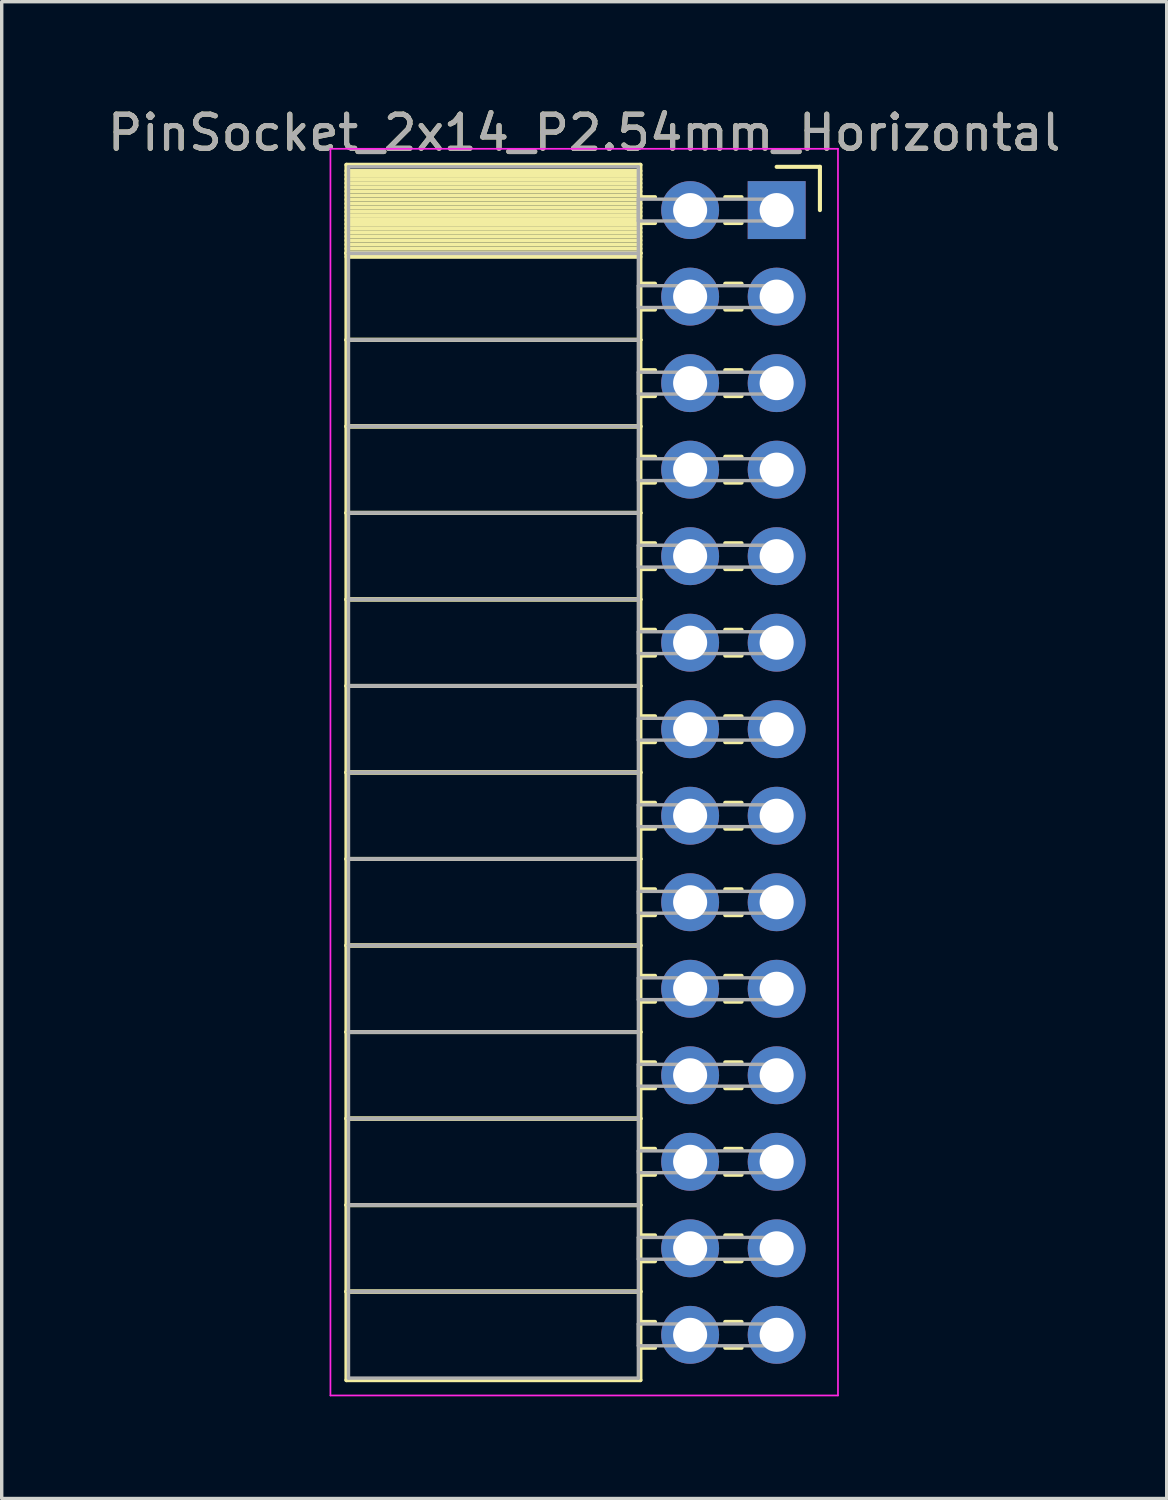
<source format=kicad_pcb>
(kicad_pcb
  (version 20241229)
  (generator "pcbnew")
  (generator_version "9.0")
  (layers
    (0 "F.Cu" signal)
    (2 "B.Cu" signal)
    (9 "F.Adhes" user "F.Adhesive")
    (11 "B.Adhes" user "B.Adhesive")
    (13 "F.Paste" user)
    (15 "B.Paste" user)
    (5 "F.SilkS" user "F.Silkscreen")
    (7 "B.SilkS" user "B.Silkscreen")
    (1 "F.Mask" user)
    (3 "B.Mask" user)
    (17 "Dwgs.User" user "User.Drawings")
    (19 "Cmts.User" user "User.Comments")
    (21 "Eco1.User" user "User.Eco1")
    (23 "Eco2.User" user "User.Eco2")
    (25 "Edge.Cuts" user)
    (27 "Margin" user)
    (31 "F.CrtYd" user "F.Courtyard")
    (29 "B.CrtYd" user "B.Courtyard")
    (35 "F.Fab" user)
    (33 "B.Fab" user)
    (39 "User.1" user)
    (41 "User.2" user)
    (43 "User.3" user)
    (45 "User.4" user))
  (footprint "PinSocket_2x14_P2.54mm_Horizontal"
    (layer "F.Cu")
    (at 19.751 3.118)
    (property "Reference" "PinSocket_2x14_P2.54mm_Horizontal" (at -5.65 -2.27 0) (layer "F.SilkS") (effects (font (size 1 1) (thickness 0.15))))
    (attr through_hole)
    (fp_line (start -12.63 -1.33) (end -4 -1.33) (stroke (width 0.12) (type solid)) (layer "F.SilkS"))
    (fp_line (start -12.63 1.27) (end -12.63 -1.33) (stroke (width 0.12) (type solid)) (layer "F.SilkS"))
    (fp_line (start -12.63 1.27) (end -4 1.27) (stroke (width 0.12) (type solid)) (layer "F.SilkS"))
    (fp_line (start -12.63 3.81) (end -12.63 1.27) (stroke (width 0.12) (type solid)) (layer "F.SilkS"))
    (fp_line (start -12.63 3.81) (end -4 3.81) (stroke (width 0.12) (type solid)) (layer "F.SilkS"))
    (fp_line (start -12.63 6.35) (end -12.63 3.81) (stroke (width 0.12) (type solid)) (layer "F.SilkS"))
    (fp_line (start -12.63 6.35) (end -4 6.35) (stroke (width 0.12) (type solid)) (layer "F.SilkS"))
    (fp_line (start -12.63 8.89) (end -12.63 6.35) (stroke (width 0.12) (type solid)) (layer "F.SilkS"))
    (fp_line (start -12.63 8.89) (end -4 8.89) (stroke (width 0.12) (type solid)) (layer "F.SilkS"))
    (fp_line (start -12.63 11.43) (end -12.63 8.89) (stroke (width 0.12) (type solid)) (layer "F.SilkS"))
    (fp_line (start -12.63 11.43) (end -4 11.43) (stroke (width 0.12) (type solid)) (layer "F.SilkS"))
    (fp_line (start -12.63 13.97) (end -12.63 11.43) (stroke (width 0.12) (type solid)) (layer "F.SilkS"))
    (fp_line (start -12.63 13.97) (end -4 13.97) (stroke (width 0.12) (type solid)) (layer "F.SilkS"))
    (fp_line (start -12.63 16.51) (end -12.63 13.97) (stroke (width 0.12) (type solid)) (layer "F.SilkS"))
    (fp_line (start -12.63 16.51) (end -4 16.51) (stroke (width 0.12) (type solid)) (layer "F.SilkS"))
    (fp_line (start -12.63 19.05) (end -12.63 16.51) (stroke (width 0.12) (type solid)) (layer "F.SilkS"))
    (fp_line (start -12.63 19.05) (end -4 19.05) (stroke (width 0.12) (type solid)) (layer "F.SilkS"))
    (fp_line (start -12.63 21.59) (end -12.63 19.05) (stroke (width 0.12) (type solid)) (layer "F.SilkS"))
    (fp_line (start -12.63 21.59) (end -4 21.59) (stroke (width 0.12) (type solid)) (layer "F.SilkS"))
    (fp_line (start -12.63 24.13) (end -12.63 21.59) (stroke (width 0.12) (type solid)) (layer "F.SilkS"))
    (fp_line (start -12.63 24.13) (end -4 24.13) (stroke (width 0.12) (type solid)) (layer "F.SilkS"))
    (fp_line (start -12.63 26.67) (end -12.63 24.13) (stroke (width 0.12) (type solid)) (layer "F.SilkS"))
    (fp_line (start -12.63 26.67) (end -4 26.67) (stroke (width 0.12) (type solid)) (layer "F.SilkS"))
    (fp_line (start -12.63 29.21) (end -12.63 26.67) (stroke (width 0.12) (type solid)) (layer "F.SilkS"))
    (fp_line (start -12.63 29.21) (end -4 29.21) (stroke (width 0.12) (type solid)) (layer "F.SilkS"))
    (fp_line (start -12.63 31.75) (end -12.63 29.21) (stroke (width 0.12) (type solid)) (layer "F.SilkS"))
    (fp_line (start -12.63 31.75) (end -4 31.75) (stroke (width 0.12) (type solid)) (layer "F.SilkS"))
    (fp_line (start -12.63 34.35) (end -12.63 31.75) (stroke (width 0.12) (type solid)) (layer "F.SilkS"))
    (fp_line (start -4 -1.33) (end -4 1.27) (stroke (width 0.12) (type solid)) (layer "F.SilkS"))
    (fp_line (start -4 -1.15) (end -12.63 -1.15) (stroke (width 0.12) (type solid)) (layer "F.SilkS"))
    (fp_line (start -4 -1.03) (end -12.63 -1.03) (stroke (width 0.12) (type solid)) (layer "F.SilkS"))
    (fp_line (start -4 -0.91) (end -12.63 -0.91) (stroke (width 0.12) (type solid)) (layer "F.SilkS"))
    (fp_line (start -4 -0.79) (end -12.63 -0.79) (stroke (width 0.12) (type solid)) (layer "F.SilkS"))
    (fp_line (start -4 -0.67) (end -12.63 -0.67) (stroke (width 0.12) (type solid)) (layer "F.SilkS"))
    (fp_line (start -4 -0.55) (end -12.63 -0.55) (stroke (width 0.12) (type solid)) (layer "F.SilkS"))
    (fp_line (start -4 -0.43) (end -12.63 -0.43) (stroke (width 0.12) (type solid)) (layer "F.SilkS"))
    (fp_line (start -4 -0.31) (end -12.63 -0.31) (stroke (width 0.12) (type solid)) (layer "F.SilkS"))
    (fp_line (start -4 -0.19) (end -12.63 -0.19) (stroke (width 0.12) (type solid)) (layer "F.SilkS"))
    (fp_line (start -4 -0.07) (end -12.63 -0.07) (stroke (width 0.12) (type solid)) (layer "F.SilkS"))
    (fp_line (start -4 0.05) (end -12.63 0.05) (stroke (width 0.12) (type solid)) (layer "F.SilkS"))
    (fp_line (start -4 0.17) (end -12.63 0.17) (stroke (width 0.12) (type solid)) (layer "F.SilkS"))
    (fp_line (start -4 0.29) (end -12.63 0.29) (stroke (width 0.12) (type solid)) (layer "F.SilkS"))
    (fp_line (start -4 0.41) (end -12.63 0.41) (stroke (width 0.12) (type solid)) (layer "F.SilkS"))
    (fp_line (start -4 0.53) (end -12.63 0.53) (stroke (width 0.12) (type solid)) (layer "F.SilkS"))
    (fp_line (start -4 0.65) (end -12.63 0.65) (stroke (width 0.12) (type solid)) (layer "F.SilkS"))
    (fp_line (start -4 0.77) (end -12.63 0.77) (stroke (width 0.12) (type solid)) (layer "F.SilkS"))
    (fp_line (start -4 0.89) (end -12.63 0.89) (stroke (width 0.12) (type solid)) (layer "F.SilkS"))
    (fp_line (start -4 1.01) (end -12.63 1.01) (stroke (width 0.12) (type solid)) (layer "F.SilkS"))
    (fp_line (start -4 1.13) (end -12.63 1.13) (stroke (width 0.12) (type solid)) (layer "F.SilkS"))
    (fp_line (start -4 1.25) (end -12.63 1.25) (stroke (width 0.12) (type solid)) (layer "F.SilkS"))
    (fp_line (start -4 1.27) (end -12.63 1.27) (stroke (width 0.12) (type solid)) (layer "F.SilkS"))
    (fp_line (start -4 1.27) (end -4 3.81) (stroke (width 0.12) (type solid)) (layer "F.SilkS"))
    (fp_line (start -4 1.37) (end -12.63 1.37) (stroke (width 0.12) (type solid)) (layer "F.SilkS"))
    (fp_line (start -4 3.81) (end -12.63 3.81) (stroke (width 0.12) (type solid)) (layer "F.SilkS"))
    (fp_line (start -4 3.81) (end -4 6.35) (stroke (width 0.12) (type solid)) (layer "F.SilkS"))
    (fp_line (start -4 6.35) (end -12.63 6.35) (stroke (width 0.12) (type solid)) (layer "F.SilkS"))
    (fp_line (start -4 6.35) (end -4 8.89) (stroke (width 0.12) (type solid)) (layer "F.SilkS"))
    (fp_line (start -4 8.89) (end -12.63 8.89) (stroke (width 0.12) (type solid)) (layer "F.SilkS"))
    (fp_line (start -4 8.89) (end -4 11.43) (stroke (width 0.12) (type solid)) (layer "F.SilkS"))
    (fp_line (start -4 11.43) (end -12.63 11.43) (stroke (width 0.12) (type solid)) (layer "F.SilkS"))
    (fp_line (start -4 11.43) (end -4 13.97) (stroke (width 0.12) (type solid)) (layer "F.SilkS"))
    (fp_line (start -4 13.97) (end -12.63 13.97) (stroke (width 0.12) (type solid)) (layer "F.SilkS"))
    (fp_line (start -4 13.97) (end -4 16.51) (stroke (width 0.12) (type solid)) (layer "F.SilkS"))
    (fp_line (start -4 16.51) (end -12.63 16.51) (stroke (width 0.12) (type solid)) (layer "F.SilkS"))
    (fp_line (start -4 16.51) (end -4 19.05) (stroke (width 0.12) (type solid)) (layer "F.SilkS"))
    (fp_line (start -4 19.05) (end -12.63 19.05) (stroke (width 0.12) (type solid)) (layer "F.SilkS"))
    (fp_line (start -4 19.05) (end -4 21.59) (stroke (width 0.12) (type solid)) (layer "F.SilkS"))
    (fp_line (start -4 21.59) (end -12.63 21.59) (stroke (width 0.12) (type solid)) (layer "F.SilkS"))
    (fp_line (start -4 21.59) (end -4 24.13) (stroke (width 0.12) (type solid)) (layer "F.SilkS"))
    (fp_line (start -4 24.13) (end -12.63 24.13) (stroke (width 0.12) (type solid)) (layer "F.SilkS"))
    (fp_line (start -4 24.13) (end -4 26.67) (stroke (width 0.12) (type solid)) (layer "F.SilkS"))
    (fp_line (start -4 26.67) (end -12.63 26.67) (stroke (width 0.12) (type solid)) (layer "F.SilkS"))
    (fp_line (start -4 26.67) (end -4 29.21) (stroke (width 0.12) (type solid)) (layer "F.SilkS"))
    (fp_line (start -4 29.21) (end -12.63 29.21) (stroke (width 0.12) (type solid)) (layer "F.SilkS"))
    (fp_line (start -4 29.21) (end -4 31.75) (stroke (width 0.12) (type solid)) (layer "F.SilkS"))
    (fp_line (start -4 31.75) (end -12.63 31.75) (stroke (width 0.12) (type solid)) (layer "F.SilkS"))
    (fp_line (start -4 31.75) (end -4 34.35) (stroke (width 0.12) (type solid)) (layer "F.SilkS"))
    (fp_line (start -4 34.35) (end -12.63 34.35) (stroke (width 0.12) (type solid)) (layer "F.SilkS"))
    (fp_line (start -3.57 -0.38) (end -4 -0.38) (stroke (width 0.12) (type solid)) (layer "F.SilkS"))
    (fp_line (start -3.57 0.38) (end -4 0.38) (stroke (width 0.12) (type solid)) (layer "F.SilkS"))
    (fp_line (start -3.57 2.16) (end -4 2.16) (stroke (width 0.12) (type solid)) (layer "F.SilkS"))
    (fp_line (start -3.57 2.92) (end -4 2.92) (stroke (width 0.12) (type solid)) (layer "F.SilkS"))
    (fp_line (start -3.57 4.7) (end -4 4.7) (stroke (width 0.12) (type solid)) (layer "F.SilkS"))
    (fp_line (start -3.57 5.46) (end -4 5.46) (stroke (width 0.12) (type solid)) (layer "F.SilkS"))
    (fp_line (start -3.57 7.24) (end -4 7.24) (stroke (width 0.12) (type solid)) (layer "F.SilkS"))
    (fp_line (start -3.57 8) (end -4 8) (stroke (width 0.12) (type solid)) (layer "F.SilkS"))
    (fp_line (start -3.57 9.78) (end -4 9.78) (stroke (width 0.12) (type solid)) (layer "F.SilkS"))
    (fp_line (start -3.57 10.54) (end -4 10.54) (stroke (width 0.12) (type solid)) (layer "F.SilkS"))
    (fp_line (start -3.57 12.32) (end -4 12.32) (stroke (width 0.12) (type solid)) (layer "F.SilkS"))
    (fp_line (start -3.57 13.08) (end -4 13.08) (stroke (width 0.12) (type solid)) (layer "F.SilkS"))
    (fp_line (start -3.57 14.86) (end -4 14.86) (stroke (width 0.12) (type solid)) (layer "F.SilkS"))
    (fp_line (start -3.57 15.62) (end -4 15.62) (stroke (width 0.12) (type solid)) (layer "F.SilkS"))
    (fp_line (start -3.57 17.4) (end -4 17.4) (stroke (width 0.12) (type solid)) (layer "F.SilkS"))
    (fp_line (start -3.57 18.16) (end -4 18.16) (stroke (width 0.12) (type solid)) (layer "F.SilkS"))
    (fp_line (start -3.57 19.94) (end -4 19.94) (stroke (width 0.12) (type solid)) (layer "F.SilkS"))
    (fp_line (start -3.57 20.7) (end -4 20.7) (stroke (width 0.12) (type solid)) (layer "F.SilkS"))
    (fp_line (start -3.57 22.48) (end -4 22.48) (stroke (width 0.12) (type solid)) (layer "F.SilkS"))
    (fp_line (start -3.57 23.24) (end -4 23.24) (stroke (width 0.12) (type solid)) (layer "F.SilkS"))
    (fp_line (start -3.57 25.02) (end -4 25.02) (stroke (width 0.12) (type solid)) (layer "F.SilkS"))
    (fp_line (start -3.57 25.78) (end -4 25.78) (stroke (width 0.12) (type solid)) (layer "F.SilkS"))
    (fp_line (start -3.57 27.56) (end -4 27.56) (stroke (width 0.12) (type solid)) (layer "F.SilkS"))
    (fp_line (start -3.57 28.32) (end -4 28.32) (stroke (width 0.12) (type solid)) (layer "F.SilkS"))
    (fp_line (start -3.57 30.1) (end -4 30.1) (stroke (width 0.12) (type solid)) (layer "F.SilkS"))
    (fp_line (start -3.57 30.86) (end -4 30.86) (stroke (width 0.12) (type solid)) (layer "F.SilkS"))
    (fp_line (start -3.57 32.64) (end -4 32.64) (stroke (width 0.12) (type solid)) (layer "F.SilkS"))
    (fp_line (start -3.57 33.4) (end -4 33.4) (stroke (width 0.12) (type solid)) (layer "F.SilkS"))
    (fp_line (start -1.03 -0.38) (end -1.51 -0.38) (stroke (width 0.12) (type solid)) (layer "F.SilkS"))
    (fp_line (start -1.03 0.38) (end -1.51 0.38) (stroke (width 0.12) (type solid)) (layer "F.SilkS"))
    (fp_line (start -1.03 2.16) (end -1.51 2.16) (stroke (width 0.12) (type solid)) (layer "F.SilkS"))
    (fp_line (start -1.03 2.92) (end -1.51 2.92) (stroke (width 0.12) (type solid)) (layer "F.SilkS"))
    (fp_line (start -1.03 4.7) (end -1.51 4.7) (stroke (width 0.12) (type solid)) (layer "F.SilkS"))
    (fp_line (start -1.03 5.46) (end -1.51 5.46) (stroke (width 0.12) (type solid)) (layer "F.SilkS"))
    (fp_line (start -1.03 7.24) (end -1.51 7.24) (stroke (width 0.12) (type solid)) (layer "F.SilkS"))
    (fp_line (start -1.03 8) (end -1.51 8) (stroke (width 0.12) (type solid)) (layer "F.SilkS"))
    (fp_line (start -1.03 9.78) (end -1.51 9.78) (stroke (width 0.12) (type solid)) (layer "F.SilkS"))
    (fp_line (start -1.03 10.54) (end -1.51 10.54) (stroke (width 0.12) (type solid)) (layer "F.SilkS"))
    (fp_line (start -1.03 12.32) (end -1.51 12.32) (stroke (width 0.12) (type solid)) (layer "F.SilkS"))
    (fp_line (start -1.03 13.08) (end -1.51 13.08) (stroke (width 0.12) (type solid)) (layer "F.SilkS"))
    (fp_line (start -1.03 14.86) (end -1.51 14.86) (stroke (width 0.12) (type solid)) (layer "F.SilkS"))
    (fp_line (start -1.03 15.62) (end -1.51 15.62) (stroke (width 0.12) (type solid)) (layer "F.SilkS"))
    (fp_line (start -1.03 17.4) (end -1.51 17.4) (stroke (width 0.12) (type solid)) (layer "F.SilkS"))
    (fp_line (start -1.03 18.16) (end -1.51 18.16) (stroke (width 0.12) (type solid)) (layer "F.SilkS"))
    (fp_line (start -1.03 19.94) (end -1.51 19.94) (stroke (width 0.12) (type solid)) (layer "F.SilkS"))
    (fp_line (start -1.03 20.7) (end -1.51 20.7) (stroke (width 0.12) (type solid)) (layer "F.SilkS"))
    (fp_line (start -1.03 22.48) (end -1.51 22.48) (stroke (width 0.12) (type solid)) (layer "F.SilkS"))
    (fp_line (start -1.03 23.24) (end -1.51 23.24) (stroke (width 0.12) (type solid)) (layer "F.SilkS"))
    (fp_line (start -1.03 25.02) (end -1.51 25.02) (stroke (width 0.12) (type solid)) (layer "F.SilkS"))
    (fp_line (start -1.03 25.78) (end -1.51 25.78) (stroke (width 0.12) (type solid)) (layer "F.SilkS"))
    (fp_line (start -1.03 27.56) (end -1.51 27.56) (stroke (width 0.12) (type solid)) (layer "F.SilkS"))
    (fp_line (start -1.03 28.32) (end -1.51 28.32) (stroke (width 0.12) (type solid)) (layer "F.SilkS"))
    (fp_line (start -1.03 30.1) (end -1.51 30.1) (stroke (width 0.12) (type solid)) (layer "F.SilkS"))
    (fp_line (start -1.03 30.86) (end -1.51 30.86) (stroke (width 0.12) (type solid)) (layer "F.SilkS"))
    (fp_line (start -1.03 32.64) (end -1.51 32.64) (stroke (width 0.12) (type solid)) (layer "F.SilkS"))
    (fp_line (start -1.03 33.4) (end -1.51 33.4) (stroke (width 0.12) (type solid)) (layer "F.SilkS"))
    (fp_line (start 0 -1.27) (end 1.27 -1.27) (stroke (width 0.12) (type solid)) (layer "F.SilkS"))
    (fp_line (start 1.27 -1.27) (end 1.27 0) (stroke (width 0.12) (type solid)) (layer "F.SilkS"))
    (fp_line (start -13.1 -1.8) (end 1.8 -1.8) (stroke (width 0.05) (type solid)) (layer "F.CrtYd"))
    (fp_line (start -13.1 34.8) (end -13.1 -1.8) (stroke (width 0.05) (type solid)) (layer "F.CrtYd"))
    (fp_line (start 1.8 -1.8) (end 1.8 34.8) (stroke (width 0.05) (type solid)) (layer "F.CrtYd"))
    (fp_line (start 1.8 34.8) (end -13.1 34.8) (stroke (width 0.05) (type solid)) (layer "F.CrtYd"))
    (fp_line (start -12.57 -1.27) (end -4.06 -1.27) (stroke (width 0.1) (type solid)) (layer "F.Fab"))
    (fp_line (start -12.57 1.27) (end -12.57 -1.27) (stroke (width 0.1) (type solid)) (layer "F.Fab"))
    (fp_line (start -12.57 1.27) (end -4.06 1.27) (stroke (width 0.1) (type solid)) (layer "F.Fab"))
    (fp_line (start -12.57 3.81) (end -12.57 1.27) (stroke (width 0.1) (type solid)) (layer "F.Fab"))
    (fp_line (start -12.57 3.81) (end -4.06 3.81) (stroke (width 0.1) (type solid)) (layer "F.Fab"))
    (fp_line (start -12.57 6.35) (end -12.57 3.81) (stroke (width 0.1) (type solid)) (layer "F.Fab"))
    (fp_line (start -12.57 6.35) (end -4.06 6.35) (stroke (width 0.1) (type solid)) (layer "F.Fab"))
    (fp_line (start -12.57 8.89) (end -12.57 6.35) (stroke (width 0.1) (type solid)) (layer "F.Fab"))
    (fp_line (start -12.57 8.89) (end -4.06 8.89) (stroke (width 0.1) (type solid)) (layer "F.Fab"))
    (fp_line (start -12.57 11.43) (end -12.57 8.89) (stroke (width 0.1) (type solid)) (layer "F.Fab"))
    (fp_line (start -12.57 11.43) (end -4.06 11.43) (stroke (width 0.1) (type solid)) (layer "F.Fab"))
    (fp_line (start -12.57 13.97) (end -12.57 11.43) (stroke (width 0.1) (type solid)) (layer "F.Fab"))
    (fp_line (start -12.57 13.97) (end -4.06 13.97) (stroke (width 0.1) (type solid)) (layer "F.Fab"))
    (fp_line (start -12.57 16.51) (end -12.57 13.97) (stroke (width 0.1) (type solid)) (layer "F.Fab"))
    (fp_line (start -12.57 16.51) (end -4.06 16.51) (stroke (width 0.1) (type solid)) (layer "F.Fab"))
    (fp_line (start -12.57 19.05) (end -12.57 16.51) (stroke (width 0.1) (type solid)) (layer "F.Fab"))
    (fp_line (start -12.57 19.05) (end -4.06 19.05) (stroke (width 0.1) (type solid)) (layer "F.Fab"))
    (fp_line (start -12.57 21.59) (end -12.57 19.05) (stroke (width 0.1) (type solid)) (layer "F.Fab"))
    (fp_line (start -12.57 21.59) (end -4.06 21.59) (stroke (width 0.1) (type solid)) (layer "F.Fab"))
    (fp_line (start -12.57 24.13) (end -12.57 21.59) (stroke (width 0.1) (type solid)) (layer "F.Fab"))
    (fp_line (start -12.57 24.13) (end -4.06 24.13) (stroke (width 0.1) (type solid)) (layer "F.Fab"))
    (fp_line (start -12.57 26.67) (end -12.57 24.13) (stroke (width 0.1) (type solid)) (layer "F.Fab"))
    (fp_line (start -12.57 26.67) (end -4.06 26.67) (stroke (width 0.1) (type solid)) (layer "F.Fab"))
    (fp_line (start -12.57 29.21) (end -12.57 26.67) (stroke (width 0.1) (type solid)) (layer "F.Fab"))
    (fp_line (start -12.57 29.21) (end -4.06 29.21) (stroke (width 0.1) (type solid)) (layer "F.Fab"))
    (fp_line (start -12.57 31.75) (end -12.57 29.21) (stroke (width 0.1) (type solid)) (layer "F.Fab"))
    (fp_line (start -12.57 31.75) (end -4.06 31.75) (stroke (width 0.1) (type solid)) (layer "F.Fab"))
    (fp_line (start -12.57 34.29) (end -12.57 31.75) (stroke (width 0.1) (type solid)) (layer "F.Fab"))
    (fp_line (start -4.06 -1.27) (end -4.06 1.27) (stroke (width 0.1) (type solid)) (layer "F.Fab"))
    (fp_line (start -4.06 -0.32) (end 0 -0.32) (stroke (width 0.1) (type solid)) (layer "F.Fab"))
    (fp_line (start -4.06 0.32) (end -4.06 -0.32) (stroke (width 0.1) (type solid)) (layer "F.Fab"))
    (fp_line (start -4.06 1.27) (end -12.57 1.27) (stroke (width 0.1) (type solid)) (layer "F.Fab"))
    (fp_line (start -4.06 1.27) (end -4.06 3.81) (stroke (width 0.1) (type solid)) (layer "F.Fab"))
    (fp_line (start -4.06 2.22) (end 0 2.22) (stroke (width 0.1) (type solid)) (layer "F.Fab"))
    (fp_line (start -4.06 2.86) (end -4.06 2.22) (stroke (width 0.1) (type solid)) (layer "F.Fab"))
    (fp_line (start -4.06 3.81) (end -12.57 3.81) (stroke (width 0.1) (type solid)) (layer "F.Fab"))
    (fp_line (start -4.06 3.81) (end -4.06 6.35) (stroke (width 0.1) (type solid)) (layer "F.Fab"))
    (fp_line (start -4.06 4.76) (end 0 4.76) (stroke (width 0.1) (type solid)) (layer "F.Fab"))
    (fp_line (start -4.06 5.4) (end -4.06 4.76) (stroke (width 0.1) (type solid)) (layer "F.Fab"))
    (fp_line (start -4.06 6.35) (end -12.57 6.35) (stroke (width 0.1) (type solid)) (layer "F.Fab"))
    (fp_line (start -4.06 6.35) (end -4.06 8.89) (stroke (width 0.1) (type solid)) (layer "F.Fab"))
    (fp_line (start -4.06 7.3) (end 0 7.3) (stroke (width 0.1) (type solid)) (layer "F.Fab"))
    (fp_line (start -4.06 7.94) (end -4.06 7.3) (stroke (width 0.1) (type solid)) (layer "F.Fab"))
    (fp_line (start -4.06 8.89) (end -12.57 8.89) (stroke (width 0.1) (type solid)) (layer "F.Fab"))
    (fp_line (start -4.06 8.89) (end -4.06 11.43) (stroke (width 0.1) (type solid)) (layer "F.Fab"))
    (fp_line (start -4.06 9.84) (end 0 9.84) (stroke (width 0.1) (type solid)) (layer "F.Fab"))
    (fp_line (start -4.06 10.48) (end -4.06 9.84) (stroke (width 0.1) (type solid)) (layer "F.Fab"))
    (fp_line (start -4.06 11.43) (end -12.57 11.43) (stroke (width 0.1) (type solid)) (layer "F.Fab"))
    (fp_line (start -4.06 11.43) (end -4.06 13.97) (stroke (width 0.1) (type solid)) (layer "F.Fab"))
    (fp_line (start -4.06 12.38) (end 0 12.38) (stroke (width 0.1) (type solid)) (layer "F.Fab"))
    (fp_line (start -4.06 13.02) (end -4.06 12.38) (stroke (width 0.1) (type solid)) (layer "F.Fab"))
    (fp_line (start -4.06 13.97) (end -12.57 13.97) (stroke (width 0.1) (type solid)) (layer "F.Fab"))
    (fp_line (start -4.06 13.97) (end -4.06 16.51) (stroke (width 0.1) (type solid)) (layer "F.Fab"))
    (fp_line (start -4.06 14.92) (end 0 14.92) (stroke (width 0.1) (type solid)) (layer "F.Fab"))
    (fp_line (start -4.06 15.56) (end -4.06 14.92) (stroke (width 0.1) (type solid)) (layer "F.Fab"))
    (fp_line (start -4.06 16.51) (end -12.57 16.51) (stroke (width 0.1) (type solid)) (layer "F.Fab"))
    (fp_line (start -4.06 16.51) (end -4.06 19.05) (stroke (width 0.1) (type solid)) (layer "F.Fab"))
    (fp_line (start -4.06 17.46) (end 0 17.46) (stroke (width 0.1) (type solid)) (layer "F.Fab"))
    (fp_line (start -4.06 18.1) (end -4.06 17.46) (stroke (width 0.1) (type solid)) (layer "F.Fab"))
    (fp_line (start -4.06 19.05) (end -12.57 19.05) (stroke (width 0.1) (type solid)) (layer "F.Fab"))
    (fp_line (start -4.06 19.05) (end -4.06 21.59) (stroke (width 0.1) (type solid)) (layer "F.Fab"))
    (fp_line (start -4.06 20) (end 0 20) (stroke (width 0.1) (type solid)) (layer "F.Fab"))
    (fp_line (start -4.06 20.64) (end -4.06 20) (stroke (width 0.1) (type solid)) (layer "F.Fab"))
    (fp_line (start -4.06 21.59) (end -12.57 21.59) (stroke (width 0.1) (type solid)) (layer "F.Fab"))
    (fp_line (start -4.06 21.59) (end -4.06 24.13) (stroke (width 0.1) (type solid)) (layer "F.Fab"))
    (fp_line (start -4.06 22.54) (end 0 22.54) (stroke (width 0.1) (type solid)) (layer "F.Fab"))
    (fp_line (start -4.06 23.18) (end -4.06 22.54) (stroke (width 0.1) (type solid)) (layer "F.Fab"))
    (fp_line (start -4.06 24.13) (end -12.57 24.13) (stroke (width 0.1) (type solid)) (layer "F.Fab"))
    (fp_line (start -4.06 24.13) (end -4.06 26.67) (stroke (width 0.1) (type solid)) (layer "F.Fab"))
    (fp_line (start -4.06 25.08) (end 0 25.08) (stroke (width 0.1) (type solid)) (layer "F.Fab"))
    (fp_line (start -4.06 25.72) (end -4.06 25.08) (stroke (width 0.1) (type solid)) (layer "F.Fab"))
    (fp_line (start -4.06 26.67) (end -12.57 26.67) (stroke (width 0.1) (type solid)) (layer "F.Fab"))
    (fp_line (start -4.06 26.67) (end -4.06 29.21) (stroke (width 0.1) (type solid)) (layer "F.Fab"))
    (fp_line (start -4.06 27.62) (end 0 27.62) (stroke (width 0.1) (type solid)) (layer "F.Fab"))
    (fp_line (start -4.06 28.26) (end -4.06 27.62) (stroke (width 0.1) (type solid)) (layer "F.Fab"))
    (fp_line (start -4.06 29.21) (end -12.57 29.21) (stroke (width 0.1) (type solid)) (layer "F.Fab"))
    (fp_line (start -4.06 29.21) (end -4.06 31.75) (stroke (width 0.1) (type solid)) (layer "F.Fab"))
    (fp_line (start -4.06 30.16) (end 0 30.16) (stroke (width 0.1) (type solid)) (layer "F.Fab"))
    (fp_line (start -4.06 30.8) (end -4.06 30.16) (stroke (width 0.1) (type solid)) (layer "F.Fab"))
    (fp_line (start -4.06 31.75) (end -12.57 31.75) (stroke (width 0.1) (type solid)) (layer "F.Fab"))
    (fp_line (start -4.06 31.75) (end -4.06 34.29) (stroke (width 0.1) (type solid)) (layer "F.Fab"))
    (fp_line (start -4.06 32.7) (end 0 32.7) (stroke (width 0.1) (type solid)) (layer "F.Fab"))
    (fp_line (start -4.06 33.34) (end -4.06 32.7) (stroke (width 0.1) (type solid)) (layer "F.Fab"))
    (fp_line (start -4.06 34.29) (end -12.57 34.29) (stroke (width 0.1) (type solid)) (layer "F.Fab"))
    (fp_line (start 0 -0.32) (end 0 0.32) (stroke (width 0.1) (type solid)) (layer "F.Fab"))
    (fp_line (start 0 0.32) (end -4.06 0.32) (stroke (width 0.1) (type solid)) (layer "F.Fab"))
    (fp_line (start 0 2.22) (end 0 2.86) (stroke (width 0.1) (type solid)) (layer "F.Fab"))
    (fp_line (start 0 2.86) (end -4.06 2.86) (stroke (width 0.1) (type solid)) (layer "F.Fab"))
    (fp_line (start 0 4.76) (end 0 5.4) (stroke (width 0.1) (type solid)) (layer "F.Fab"))
    (fp_line (start 0 5.4) (end -4.06 5.4) (stroke (width 0.1) (type solid)) (layer "F.Fab"))
    (fp_line (start 0 7.3) (end 0 7.94) (stroke (width 0.1) (type solid)) (layer "F.Fab"))
    (fp_line (start 0 7.94) (end -4.06 7.94) (stroke (width 0.1) (type solid)) (layer "F.Fab"))
    (fp_line (start 0 9.84) (end 0 10.48) (stroke (width 0.1) (type solid)) (layer "F.Fab"))
    (fp_line (start 0 10.48) (end -4.06 10.48) (stroke (width 0.1) (type solid)) (layer "F.Fab"))
    (fp_line (start 0 12.38) (end 0 13.02) (stroke (width 0.1) (type solid)) (layer "F.Fab"))
    (fp_line (start 0 13.02) (end -4.06 13.02) (stroke (width 0.1) (type solid)) (layer "F.Fab"))
    (fp_line (start 0 14.92) (end 0 15.56) (stroke (width 0.1) (type solid)) (layer "F.Fab"))
    (fp_line (start 0 15.56) (end -4.06 15.56) (stroke (width 0.1) (type solid)) (layer "F.Fab"))
    (fp_line (start 0 17.46) (end 0 18.1) (stroke (width 0.1) (type solid)) (layer "F.Fab"))
    (fp_line (start 0 18.1) (end -4.06 18.1) (stroke (width 0.1) (type solid)) (layer "F.Fab"))
    (fp_line (start 0 20) (end 0 20.64) (stroke (width 0.1) (type solid)) (layer "F.Fab"))
    (fp_line (start 0 20.64) (end -4.06 20.64) (stroke (width 0.1) (type solid)) (layer "F.Fab"))
    (fp_line (start 0 22.54) (end 0 23.18) (stroke (width 0.1) (type solid)) (layer "F.Fab"))
    (fp_line (start 0 23.18) (end -4.06 23.18) (stroke (width 0.1) (type solid)) (layer "F.Fab"))
    (fp_line (start 0 25.08) (end 0 25.72) (stroke (width 0.1) (type solid)) (layer "F.Fab"))
    (fp_line (start 0 25.72) (end -4.06 25.72) (stroke (width 0.1) (type solid)) (layer "F.Fab"))
    (fp_line (start 0 27.62) (end 0 28.26) (stroke (width 0.1) (type solid)) (layer "F.Fab"))
    (fp_line (start 0 28.26) (end -4.06 28.26) (stroke (width 0.1) (type solid)) (layer "F.Fab"))
    (fp_line (start 0 30.16) (end 0 30.8) (stroke (width 0.1) (type solid)) (layer "F.Fab"))
    (fp_line (start 0 30.8) (end -4.06 30.8) (stroke (width 0.1) (type solid)) (layer "F.Fab"))
    (fp_line (start 0 32.7) (end 0 33.34) (stroke (width 0.1) (type solid)) (layer "F.Fab"))
    (fp_line (start 0 33.34) (end -4.06 33.34) (stroke (width 0.1) (type solid)) (layer "F.Fab"))
    (fp_text user "${REFERENCE}" (at -5.65 -2.27 0) (layer "F.Fab") (effects (font (size 1 1) (thickness 0.15))))
    (pad "1" thru_hole rect (at 0 0) (size 1.7 1.7) (drill 1) (layers "*.Cu" "*.Mask"))
    (pad "2" thru_hole oval (at -2.54 0) (size 1.7 1.7) (drill 1) (layers "*.Cu" "*.Mask"))
    (pad "3" thru_hole oval (at 0 2.54) (size 1.7 1.7) (drill 1) (layers "*.Cu" "*.Mask"))
    (pad "4" thru_hole oval (at -2.54 2.54) (size 1.7 1.7) (drill 1) (layers "*.Cu" "*.Mask"))
    (pad "5" thru_hole oval (at 0 5.08) (size 1.7 1.7) (drill 1) (layers "*.Cu" "*.Mask"))
    (pad "6" thru_hole oval (at -2.54 5.08) (size 1.7 1.7) (drill 1) (layers "*.Cu" "*.Mask"))
    (pad "7" thru_hole oval (at 0 7.62) (size 1.7 1.7) (drill 1) (layers "*.Cu" "*.Mask"))
    (pad "8" thru_hole oval (at -2.54 7.62) (size 1.7 1.7) (drill 1) (layers "*.Cu" "*.Mask"))
    (pad "9" thru_hole oval (at 0 10.16) (size 1.7 1.7) (drill 1) (layers "*.Cu" "*.Mask"))
    (pad "10" thru_hole oval (at -2.54 10.16) (size 1.7 1.7) (drill 1) (layers "*.Cu" "*.Mask"))
    (pad "11" thru_hole oval (at 0 12.7) (size 1.7 1.7) (drill 1) (layers "*.Cu" "*.Mask"))
    (pad "12" thru_hole oval (at -2.54 12.7) (size 1.7 1.7) (drill 1) (layers "*.Cu" "*.Mask"))
    (pad "13" thru_hole oval (at 0 15.24) (size 1.7 1.7) (drill 1) (layers "*.Cu" "*.Mask"))
    (pad "14" thru_hole oval (at -2.54 15.24) (size 1.7 1.7) (drill 1) (layers "*.Cu" "*.Mask"))
    (pad "15" thru_hole oval (at 0 17.78) (size 1.7 1.7) (drill 1) (layers "*.Cu" "*.Mask"))
    (pad "16" thru_hole oval (at -2.54 17.78) (size 1.7 1.7) (drill 1) (layers "*.Cu" "*.Mask"))
    (pad "17" thru_hole oval (at 0 20.32) (size 1.7 1.7) (drill 1) (layers "*.Cu" "*.Mask"))
    (pad "18" thru_hole oval (at -2.54 20.32) (size 1.7 1.7) (drill 1) (layers "*.Cu" "*.Mask"))
    (pad "19" thru_hole oval (at 0 22.86) (size 1.7 1.7) (drill 1) (layers "*.Cu" "*.Mask"))
    (pad "20" thru_hole oval (at -2.54 22.86) (size 1.7 1.7) (drill 1) (layers "*.Cu" "*.Mask"))
    (pad "21" thru_hole oval (at 0 25.4) (size 1.7 1.7) (drill 1) (layers "*.Cu" "*.Mask"))
    (pad "22" thru_hole oval (at -2.54 25.4) (size 1.7 1.7) (drill 1) (layers "*.Cu" "*.Mask"))
    (pad "23" thru_hole oval (at 0 27.94) (size 1.7 1.7) (drill 1) (layers "*.Cu" "*.Mask"))
    (pad "24" thru_hole oval (at -2.54 27.94) (size 1.7 1.7) (drill 1) (layers "*.Cu" "*.Mask"))
    (pad "25" thru_hole oval (at 0 30.48) (size 1.7 1.7) (drill 1) (layers "*.Cu" "*.Mask"))
    (pad "26" thru_hole oval (at -2.54 30.48) (size 1.7 1.7) (drill 1) (layers "*.Cu" "*.Mask"))
    (pad "27" thru_hole oval (at 0 33.02) (size 1.7 1.7) (drill 1) (layers "*.Cu" "*.Mask"))
    (pad "28" thru_hole oval (at -2.54 33.02) (size 1.7 1.7) (drill 1) (layers "*.Cu" "*.Mask")))
  (gr_rect
    (start -3 -3)
    (end 31.202 40.943)
    (stroke (width 0.1) (type default))
    (fill no)
    (layer "Edge.Cuts")))
</source>
